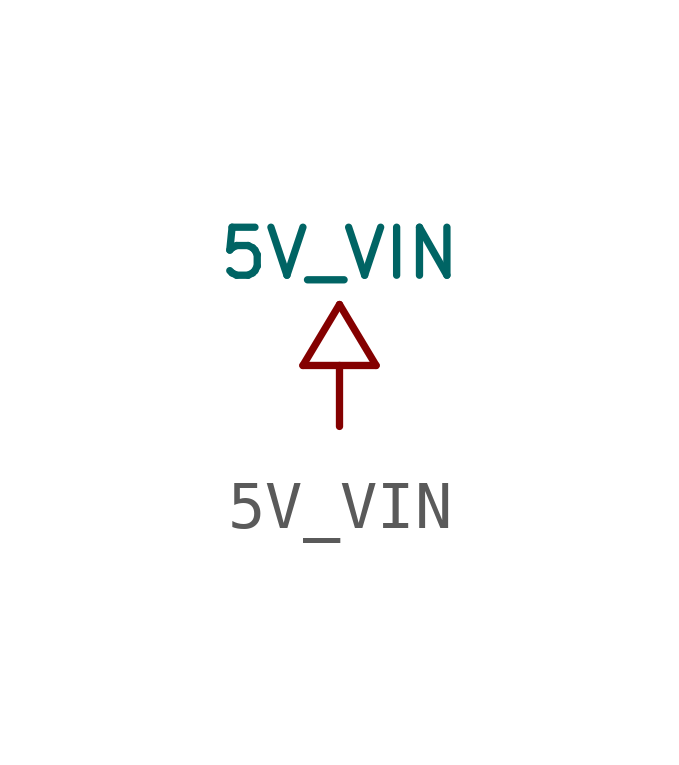
<source format=kicad_sym>
(kicad_symbol_lib
  (version 20241209)
  (generator "kicad_symbol_editor")
  (generator_version "9.0")
  (symbol "5V_VIN"
    (power)
    (pin_names
      (offset 0))
    (property "Reference" "#PWR?"
      (at 0 -3.81 0)
      (effects (font (size 1.27 1.27)) (hide yes)))
    (property "Value" "5V_VIN"
      (at 0 3.605 0)
      (effects (font (size 1 1))))
    (symbol "5V_VIN_0_1"
      (polyline (pts (xy -0.762 1.27) (xy 0 2.54)) (stroke (width 0) (type default)) (fill (type none)))
      (polyline (pts (xy -0.762 1.27) (xy 0.762 1.27)) (stroke (width 0) (type default)) (fill (type none)))
      (polyline (pts (xy 0 2.54) (xy 0.762 1.27)) (stroke (width 0) (type default)) (fill (type none)))
      (polyline (pts (xy 0 0) (xy 0 1.27)) (stroke (width 0) (type default)) (fill (type none))))
    (symbol "5V_VIN_1_1"
      (pin power_in line (at 0 0 90) (length 0) (hide yes) (name "5V_VIN" (effects (font (size 1.27 1.27)))) (number "1" (effects (font (size 1.27 1.27))))))))
</source>
